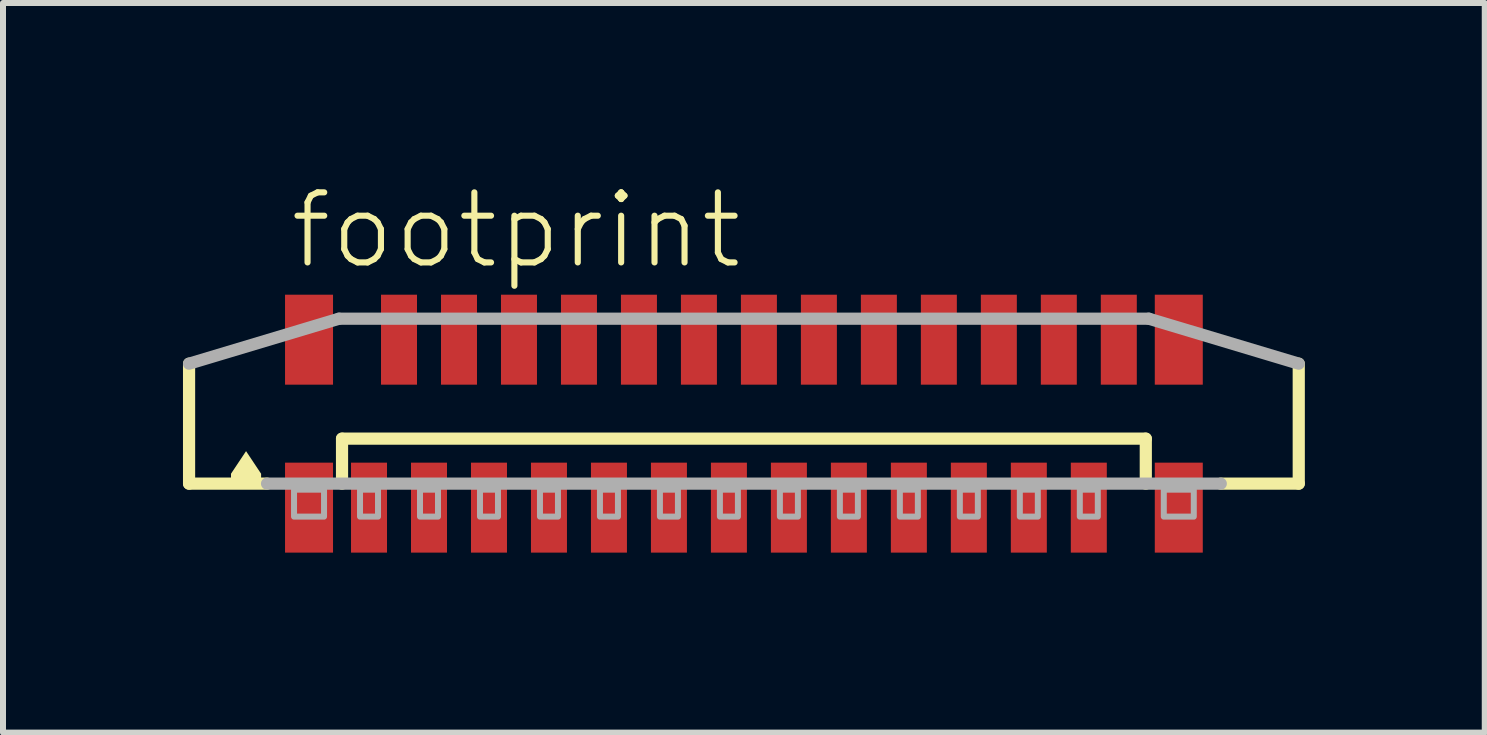
<source format=kicad_pcb>
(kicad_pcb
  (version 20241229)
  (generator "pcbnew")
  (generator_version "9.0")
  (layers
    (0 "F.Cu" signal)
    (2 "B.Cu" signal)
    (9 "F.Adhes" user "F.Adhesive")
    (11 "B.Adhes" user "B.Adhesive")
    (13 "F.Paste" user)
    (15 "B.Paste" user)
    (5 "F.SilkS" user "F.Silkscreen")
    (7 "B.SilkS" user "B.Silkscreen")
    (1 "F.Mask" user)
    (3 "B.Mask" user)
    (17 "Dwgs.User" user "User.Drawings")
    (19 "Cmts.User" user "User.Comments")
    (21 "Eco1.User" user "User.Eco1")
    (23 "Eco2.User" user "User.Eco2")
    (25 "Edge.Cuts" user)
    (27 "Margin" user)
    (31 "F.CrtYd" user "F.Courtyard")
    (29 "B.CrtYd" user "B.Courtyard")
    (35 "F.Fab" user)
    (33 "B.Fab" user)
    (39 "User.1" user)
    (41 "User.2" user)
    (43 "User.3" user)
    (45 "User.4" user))
  (footprint "footprint"
    (layer "F.Cu")
    (at 9.352 4.013)
    (property "Reference" "footprint" (at -7.62 -2.54 0) (layer "F.SilkS") (effects (font (size 1.168 1.168) (thickness 0.102)) (justify left bottom)))
    (fp_line (start -9.25 1) (end -9.25 -1) (stroke (width 0.203) (type solid)) (layer "F.SilkS"))
    (fp_line (start -7.95 1) (end -9.25 1) (stroke (width 0.203) (type solid)) (layer "F.SilkS"))
    (fp_line (start -6.7 0.25) (end 6.7 0.25) (stroke (width 0.203) (type solid)) (layer "F.SilkS"))
    (fp_line (start -6.7 1) (end -6.7 0.25) (stroke (width 0.203) (type solid)) (layer "F.SilkS"))
    (fp_line (start 6.7 0.25) (end 6.7 1) (stroke (width 0.203) (type solid)) (layer "F.SilkS"))
    (fp_line (start 9.25 -1) (end 9.25 1) (stroke (width 0.203) (type solid)) (layer "F.SilkS"))
    (fp_line (start 9.25 1) (end 7.95 1) (stroke (width 0.203) (type solid)) (layer "F.SilkS"))
    (fp_poly (pts (xy -8.049 0.835) (xy -8.049 1.001) (xy -8.551 1.001) (xy -8.551 0.835) (xy -8.3 0.458)) (stroke (width 0) (type solid)) (fill yes) (layer "F.SilkS"))
    (fp_line (start -9.25 -1) (end -6.75 -1.75) (stroke (width 0.203) (type solid)) (layer "F.Fab"))
    (fp_line (start -6.75 -1.75) (end 6.75 -1.75) (stroke (width 0.203) (type solid)) (layer "F.Fab"))
    (fp_line (start 6.75 -1.75) (end 9.25 -1) (stroke (width 0.203) (type solid)) (layer "F.Fab"))
    (fp_line (start 7.95 1) (end -7.95 1) (stroke (width 0.203) (type solid)) (layer "F.Fab"))
    (fp_poly (pts (xy -7.5 1.55) (xy -7 1.55) (xy -7 1.1) (xy -7.5 1.1)) (stroke (width 0.1) (type solid)) (fill no) (layer "F.Fab"))
    (fp_poly (pts (xy -6.4 1.55) (xy -6.1 1.55) (xy -6.1 1.1) (xy -6.4 1.1)) (stroke (width 0.1) (type solid)) (fill no) (layer "F.Fab"))
    (fp_poly (pts (xy -5.4 1.55) (xy -5.1 1.55) (xy -5.1 1.1) (xy -5.4 1.1)) (stroke (width 0.1) (type solid)) (fill no) (layer "F.Fab"))
    (fp_poly (pts (xy -4.4 1.55) (xy -4.1 1.55) (xy -4.1 1.1) (xy -4.4 1.1)) (stroke (width 0.1) (type solid)) (fill no) (layer "F.Fab"))
    (fp_poly (pts (xy -3.4 1.55) (xy -3.1 1.55) (xy -3.1 1.1) (xy -3.4 1.1)) (stroke (width 0.1) (type solid)) (fill no) (layer "F.Fab"))
    (fp_poly (pts (xy -2.4 1.55) (xy -2.1 1.55) (xy -2.1 1.1) (xy -2.4 1.1)) (stroke (width 0.1) (type solid)) (fill no) (layer "F.Fab"))
    (fp_poly (pts (xy -1.4 1.55) (xy -1.1 1.55) (xy -1.1 1.1) (xy -1.4 1.1)) (stroke (width 0.1) (type solid)) (fill no) (layer "F.Fab"))
    (fp_poly (pts (xy -0.4 1.55) (xy -0.1 1.55) (xy -0.1 1.1) (xy -0.4 1.1)) (stroke (width 0.1) (type solid)) (fill no) (layer "F.Fab"))
    (fp_poly (pts (xy 0.6 1.55) (xy 0.9 1.55) (xy 0.9 1.1) (xy 0.6 1.1)) (stroke (width 0.1) (type solid)) (fill no) (layer "F.Fab"))
    (fp_poly (pts (xy 1.6 1.55) (xy 1.9 1.55) (xy 1.9 1.1) (xy 1.6 1.1)) (stroke (width 0.1) (type solid)) (fill no) (layer "F.Fab"))
    (fp_poly (pts (xy 2.6 1.55) (xy 2.9 1.55) (xy 2.9 1.1) (xy 2.6 1.1)) (stroke (width 0.1) (type solid)) (fill no) (layer "F.Fab"))
    (fp_poly (pts (xy 3.6 1.55) (xy 3.9 1.55) (xy 3.9 1.1) (xy 3.6 1.1)) (stroke (width 0.1) (type solid)) (fill no) (layer "F.Fab"))
    (fp_poly (pts (xy 4.6 1.55) (xy 4.9 1.55) (xy 4.9 1.1) (xy 4.6 1.1)) (stroke (width 0.1) (type solid)) (fill no) (layer "F.Fab"))
    (fp_poly (pts (xy 5.6 1.55) (xy 5.9 1.55) (xy 5.9 1.1) (xy 5.6 1.1)) (stroke (width 0.1) (type solid)) (fill no) (layer "F.Fab"))
    (fp_poly (pts (xy 7 1.55) (xy 7.5 1.55) (xy 7.5 1.1) (xy 7 1.1)) (stroke (width 0.1) (type solid)) (fill no) (layer "F.Fab"))
    (pad "1" smd rect (at -6.25 1.4) (size 0.6 1.5) (layers "F.Cu" "F.Mask" "F.Paste"))
    (pad "2" smd rect (at -5.75 -1.4 180) (size 0.6 1.5) (layers "F.Cu" "F.Mask" "F.Paste"))
    (pad "3" smd rect (at -5.25 1.4) (size 0.6 1.5) (layers "F.Cu" "F.Mask" "F.Paste"))
    (pad "4" smd rect (at -4.75 -1.4 180) (size 0.6 1.5) (layers "F.Cu" "F.Mask" "F.Paste"))
    (pad "5" smd rect (at -4.25 1.4) (size 0.6 1.5) (layers "F.Cu" "F.Mask" "F.Paste"))
    (pad "6" smd rect (at -3.75 -1.4 180) (size 0.6 1.5) (layers "F.Cu" "F.Mask" "F.Paste"))
    (pad "7" smd rect (at -3.25 1.4) (size 0.6 1.5) (layers "F.Cu" "F.Mask" "F.Paste"))
    (pad "8" smd rect (at -2.75 -1.4 180) (size 0.6 1.5) (layers "F.Cu" "F.Mask" "F.Paste"))
    (pad "9" smd rect (at -2.25 1.4) (size 0.6 1.5) (layers "F.Cu" "F.Mask" "F.Paste"))
    (pad "10" smd rect (at -1.75 -1.4 180) (size 0.6 1.5) (layers "F.Cu" "F.Mask" "F.Paste"))
    (pad "11" smd rect (at -1.25 1.4) (size 0.6 1.5) (layers "F.Cu" "F.Mask" "F.Paste"))
    (pad "12" smd rect (at -0.75 -1.4 180) (size 0.6 1.5) (layers "F.Cu" "F.Mask" "F.Paste"))
    (pad "13" smd rect (at -0.25 1.4) (size 0.6 1.5) (layers "F.Cu" "F.Mask" "F.Paste"))
    (pad "14" smd rect (at 0.25 -1.4 180) (size 0.6 1.5) (layers "F.Cu" "F.Mask" "F.Paste"))
    (pad "15" smd rect (at 0.75 1.4) (size 0.6 1.5) (layers "F.Cu" "F.Mask" "F.Paste"))
    (pad "16" smd rect (at 1.25 -1.4 180) (size 0.6 1.5) (layers "F.Cu" "F.Mask" "F.Paste"))
    (pad "17" smd rect (at 1.75 1.4) (size 0.6 1.5) (layers "F.Cu" "F.Mask" "F.Paste"))
    (pad "18" smd rect (at 2.25 -1.4 180) (size 0.6 1.5) (layers "F.Cu" "F.Mask" "F.Paste"))
    (pad "19" smd rect (at 2.75 1.4) (size 0.6 1.5) (layers "F.Cu" "F.Mask" "F.Paste"))
    (pad "20" smd rect (at 3.25 -1.4 180) (size 0.6 1.5) (layers "F.Cu" "F.Mask" "F.Paste"))
    (pad "21" smd rect (at 3.75 1.4) (size 0.6 1.5) (layers "F.Cu" "F.Mask" "F.Paste"))
    (pad "22" smd rect (at 4.25 -1.4 180) (size 0.6 1.5) (layers "F.Cu" "F.Mask" "F.Paste"))
    (pad "23" smd rect (at 4.75 1.4) (size 0.6 1.5) (layers "F.Cu" "F.Mask" "F.Paste"))
    (pad "24" smd rect (at 5.25 -1.4 180) (size 0.6 1.5) (layers "F.Cu" "F.Mask" "F.Paste"))
    (pad "25" smd rect (at 5.75 1.4) (size 0.6 1.5) (layers "F.Cu" "F.Mask" "F.Paste"))
    (pad "26" smd rect (at 6.25 -1.4 180) (size 0.6 1.5) (layers "F.Cu" "F.Mask" "F.Paste"))
    (pad "M1" smd rect (at -7.25 1.4) (size 0.8 1.5) (layers "F.Cu" "F.Mask" "F.Paste"))
    (pad "M2" smd rect (at 7.25 1.4) (size 0.8 1.5) (layers "F.Cu" "F.Mask" "F.Paste"))
    (pad "M3" smd rect (at 7.25 -1.4 180) (size 0.8 1.5) (layers "F.Cu" "F.Mask" "F.Paste"))
    (pad "M4" smd rect (at -7.25 -1.4 180) (size 0.8 1.5) (layers "F.Cu" "F.Mask" "F.Paste")))
  (gr_rect
    (start -3 -3)
    (end 21.703 9.163)
    (stroke (width 0.1) (type default))
    (fill no)
    (layer "Edge.Cuts")))
</source>
